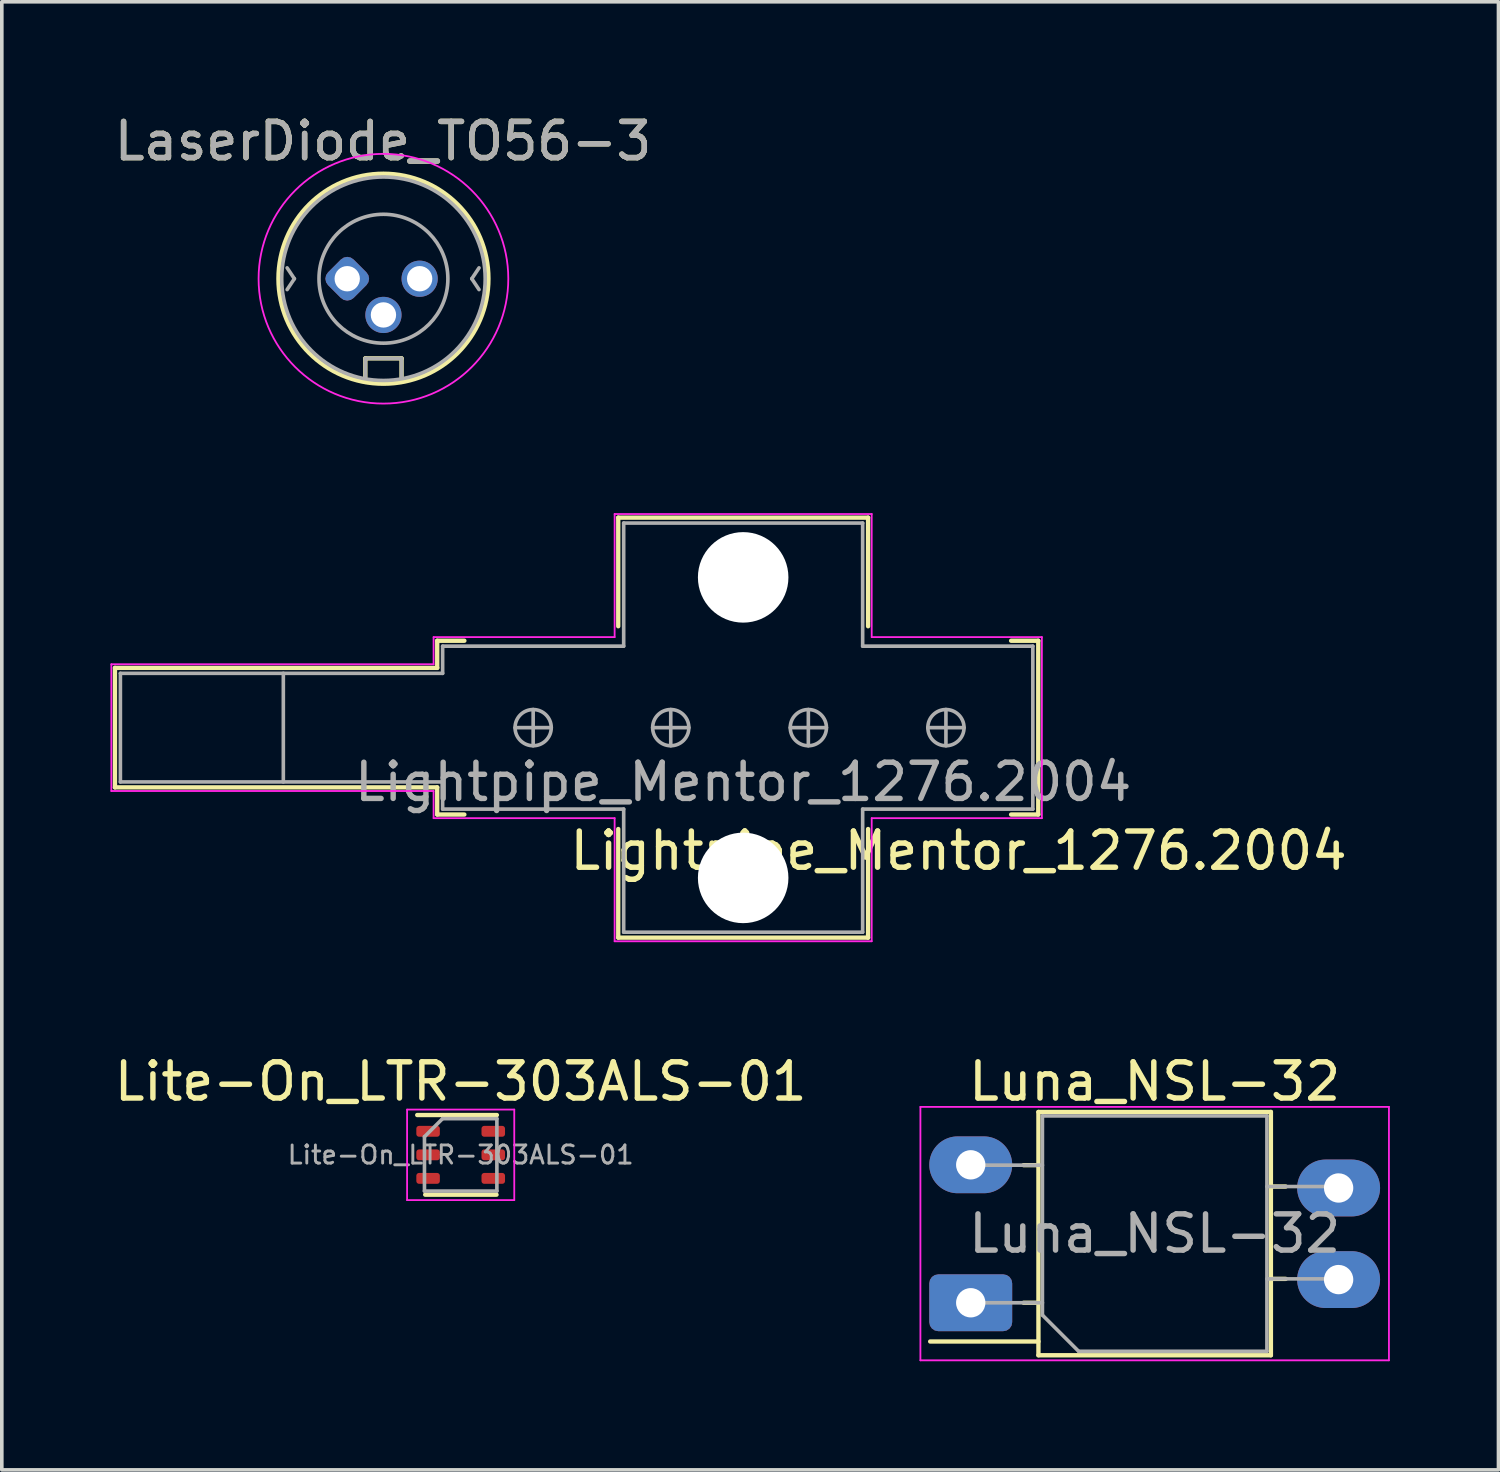
<source format=kicad_pcb>
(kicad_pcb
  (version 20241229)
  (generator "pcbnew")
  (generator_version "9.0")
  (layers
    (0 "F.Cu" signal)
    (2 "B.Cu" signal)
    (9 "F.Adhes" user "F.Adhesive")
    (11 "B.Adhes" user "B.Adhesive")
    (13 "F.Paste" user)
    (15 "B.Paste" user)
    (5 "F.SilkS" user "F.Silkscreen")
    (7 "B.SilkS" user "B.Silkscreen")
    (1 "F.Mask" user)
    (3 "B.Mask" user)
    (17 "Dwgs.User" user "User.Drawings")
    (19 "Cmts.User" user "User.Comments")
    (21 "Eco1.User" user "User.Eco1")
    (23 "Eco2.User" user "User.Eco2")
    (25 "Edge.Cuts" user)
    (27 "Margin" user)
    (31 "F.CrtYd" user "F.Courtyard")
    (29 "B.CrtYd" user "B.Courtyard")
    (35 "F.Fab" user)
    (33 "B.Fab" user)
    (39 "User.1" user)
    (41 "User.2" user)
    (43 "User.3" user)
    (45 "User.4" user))
  (footprint "Lightpipe_Mentor_1276.2004"
    (layer "F.Cu")
    (at 17.475 17.046)
    (property "Reference" "Lightpipe_Mentor_1276.2004" (at 5.95 3.4 0) (layer "F.SilkS") (effects (font (size 1 1) (thickness 0.15))))
    (attr through_hole)
    (fp_line (start -17.35 -1.65) (end -17.35 1.65) (stroke (width 0.12) (type solid)) (layer "F.SilkS"))
    (fp_line (start -17.35 1.65) (end -8.45 1.65) (stroke (width 0.12) (type solid)) (layer "F.SilkS"))
    (fp_line (start -8.45 -2.4) (end -8.45 -1.65) (stroke (width 0.12) (type solid)) (layer "F.SilkS"))
    (fp_line (start -8.45 -2.4) (end -7.7 -2.4) (stroke (width 0.12) (type solid)) (layer "F.SilkS"))
    (fp_line (start -8.45 -1.65) (end -17.35 -1.65) (stroke (width 0.12) (type solid)) (layer "F.SilkS"))
    (fp_line (start -8.45 1.65) (end -8.45 2.4) (stroke (width 0.12) (type solid)) (layer "F.SilkS"))
    (fp_line (start -8.45 2.4) (end -7.7 2.4) (stroke (width 0.12) (type solid)) (layer "F.SilkS"))
    (fp_line (start -3.45 -5.8) (end 3.45 -5.8) (stroke (width 0.12) (type solid)) (layer "F.SilkS"))
    (fp_line (start -3.45 -2.8) (end -3.45 -5.8) (stroke (width 0.12) (type solid)) (layer "F.SilkS"))
    (fp_line (start -3.45 5.8) (end -3.45 2.8) (stroke (width 0.12) (type solid)) (layer "F.SilkS"))
    (fp_line (start 3.45 -5.8) (end 3.45 -2.8) (stroke (width 0.12) (type solid)) (layer "F.SilkS"))
    (fp_line (start 3.45 2.8) (end 3.45 5.8) (stroke (width 0.12) (type solid)) (layer "F.SilkS"))
    (fp_line (start 3.45 5.8) (end -3.45 5.8) (stroke (width 0.12) (type solid)) (layer "F.SilkS"))
    (fp_line (start 8.15 -2.4) (end 7.4 -2.4) (stroke (width 0.12) (type solid)) (layer "F.SilkS"))
    (fp_line (start 8.15 -2.4) (end 8.15 2.4) (stroke (width 0.12) (type solid)) (layer "F.SilkS"))
    (fp_line (start 8.15 2.4) (end 7.4 2.4) (stroke (width 0.12) (type solid)) (layer "F.SilkS"))
    (fp_line (start -17.45 -1.75) (end -8.55 -1.75) (stroke (width 0.05) (type solid)) (layer "F.CrtYd"))
    (fp_line (start -17.45 1.75) (end -17.45 -1.75) (stroke (width 0.05) (type solid)) (layer "F.CrtYd"))
    (fp_line (start -8.55 -1.75) (end -8.55 -2.5) (stroke (width 0.05) (type solid)) (layer "F.CrtYd"))
    (fp_line (start -8.55 1.75) (end -17.45 1.75) (stroke (width 0.05) (type solid)) (layer "F.CrtYd"))
    (fp_line (start -8.55 2.5) (end -8.55 1.75) (stroke (width 0.05) (type solid)) (layer "F.CrtYd"))
    (fp_line (start -8.55 2.5) (end -3.55 2.5) (stroke (width 0.05) (type solid)) (layer "F.CrtYd"))
    (fp_line (start -3.55 -5.9) (end -3.55 -2.5) (stroke (width 0.05) (type solid)) (layer "F.CrtYd"))
    (fp_line (start -3.55 -2.5) (end -8.55 -2.5) (stroke (width 0.05) (type solid)) (layer "F.CrtYd"))
    (fp_line (start -3.55 2.5) (end -3.55 5.9) (stroke (width 0.05) (type solid)) (layer "F.CrtYd"))
    (fp_line (start -3.55 5.9) (end 3.55 5.9) (stroke (width 0.05) (type solid)) (layer "F.CrtYd"))
    (fp_line (start 3.55 -5.9) (end -3.55 -5.9) (stroke (width 0.05) (type solid)) (layer "F.CrtYd"))
    (fp_line (start 3.55 -2.5) (end 3.55 -5.9) (stroke (width 0.05) (type solid)) (layer "F.CrtYd"))
    (fp_line (start 3.55 2.5) (end 8.25 2.5) (stroke (width 0.05) (type solid)) (layer "F.CrtYd"))
    (fp_line (start 3.55 5.9) (end 3.55 2.5) (stroke (width 0.05) (type solid)) (layer "F.CrtYd"))
    (fp_line (start 8.25 -2.5) (end 3.55 -2.5) (stroke (width 0.05) (type solid)) (layer "F.CrtYd"))
    (fp_line (start 8.25 2.5) (end 8.25 -2.5) (stroke (width 0.05) (type solid)) (layer "F.CrtYd"))
    (fp_line (start -17.2 -1.5) (end -17.2 1.5) (stroke (width 0.1) (type solid)) (layer "F.Fab"))
    (fp_line (start -17.2 -1.5) (end -8.3 -1.5) (stroke (width 0.1) (type solid)) (layer "F.Fab"))
    (fp_line (start -17.2 1.5) (end -8.3 1.5) (stroke (width 0.1) (type solid)) (layer "F.Fab"))
    (fp_line (start -12.7 1.5) (end -12.7 -1.5) (stroke (width 0.1) (type solid)) (layer "F.Fab"))
    (fp_line (start -8.3 -2.25) (end -3.3 -2.25) (stroke (width 0.1) (type solid)) (layer "F.Fab"))
    (fp_line (start -8.3 -1.5) (end -8.3 -2.25) (stroke (width 0.1) (type solid)) (layer "F.Fab"))
    (fp_line (start -8.3 1.5) (end -8.3 2.25) (stroke (width 0.1) (type solid)) (layer "F.Fab"))
    (fp_line (start -8.3 2.25) (end -3.3 2.25) (stroke (width 0.1) (type solid)) (layer "F.Fab"))
    (fp_line (start -6.3 0) (end -5.3 0) (stroke (width 0.1) (type solid)) (layer "F.Fab"))
    (fp_line (start -5.8 -0.5) (end -5.8 0.5) (stroke (width 0.1) (type solid)) (layer "F.Fab"))
    (fp_line (start -3.3 -5.65) (end 3.3 -5.65) (stroke (width 0.1) (type solid)) (layer "F.Fab"))
    (fp_line (start -3.3 -2.25) (end -3.3 -5.65) (stroke (width 0.1) (type solid)) (layer "F.Fab"))
    (fp_line (start -3.3 5.65) (end -3.3 2.25) (stroke (width 0.1) (type solid)) (layer "F.Fab"))
    (fp_line (start -2.5 0) (end -1.5 0) (stroke (width 0.1) (type solid)) (layer "F.Fab"))
    (fp_line (start -2 -0.5) (end -2 0.5) (stroke (width 0.1) (type solid)) (layer "F.Fab"))
    (fp_line (start 1.3 0) (end 2.3 0) (stroke (width 0.1) (type solid)) (layer "F.Fab"))
    (fp_line (start 1.8 -0.5) (end 1.8 0.5) (stroke (width 0.1) (type solid)) (layer "F.Fab"))
    (fp_line (start 3.3 -5.65) (end 3.3 -2.25) (stroke (width 0.1) (type solid)) (layer "F.Fab"))
    (fp_line (start 3.3 -2.25) (end 8 -2.25) (stroke (width 0.1) (type solid)) (layer "F.Fab"))
    (fp_line (start 3.3 2.25) (end 3.3 5.65) (stroke (width 0.1) (type solid)) (layer "F.Fab"))
    (fp_line (start 3.3 5.65) (end -3.3 5.65) (stroke (width 0.1) (type solid)) (layer "F.Fab"))
    (fp_line (start 5.1 0) (end 6.1 0) (stroke (width 0.1) (type solid)) (layer "F.Fab"))
    (fp_line (start 5.6 -0.5) (end 5.6 0.5) (stroke (width 0.1) (type solid)) (layer "F.Fab"))
    (fp_line (start 8 -2.25) (end 8 2.25) (stroke (width 0.1) (type solid)) (layer "F.Fab"))
    (fp_line (start 8 2.25) (end 3.3 2.25) (stroke (width 0.1) (type solid)) (layer "F.Fab"))
    (fp_circle (center -5.8 0) (end -5.8 0.5) (stroke (width 0.1) (type solid)) (fill no) (layer "F.Fab"))
    (fp_circle (center -2 0) (end -2 0.5) (stroke (width 0.1) (type solid)) (fill no) (layer "F.Fab"))
    (fp_circle (center 1.8 0) (end 1.8 0.5) (stroke (width 0.1) (type solid)) (fill no) (layer "F.Fab"))
    (fp_circle (center 5.6 0) (end 5.6 0.5) (stroke (width 0.1) (type solid)) (fill no) (layer "F.Fab"))
    (fp_text user "${REFERENCE}" (at 0 1.5 0) (layer "F.Fab") (effects (font (size 1 1) (thickness 0.15))))
    (pad "" np_thru_hole circle (at 0 -4.15) (size 2.5 2.5) (drill 2.5) (layers "*.Cu" "*.Mask"))
    (pad "" np_thru_hole circle (at 0 4.15) (size 2.5 2.5) (drill 2.5) (layers "*.Cu" "*.Mask")))
  (footprint "LaserDiode_TO56-3"
    (layer "F.Cu")
    (at 6.54 4.648)
    (property "Reference" "LaserDiode_TO56-3" (at 0.99 -3.8 0) (layer "F.SilkS") (effects (font (size 1 1) (thickness 0.15))))
    (attr through_hole)
    (fp_line (start 0.5 2.2) (end 1.5 2.2) (stroke (width 0.12) (type solid)) (layer "F.SilkS"))
    (fp_line (start 0.5 2.85) (end 0.5 2.2) (stroke (width 0.12) (type solid)) (layer "F.SilkS"))
    (fp_line (start 1.5 2.2) (end 1.5 2.85) (stroke (width 0.12) (type solid)) (layer "F.SilkS"))
    (fp_circle (center 1 0) (end 3.9 0) (stroke (width 0.12) (type solid)) (fill no) (layer "F.SilkS"))
    (fp_circle (center 1 0) (end 4.3 1) (stroke (width 0.05) (type solid)) (fill no) (layer "F.CrtYd"))
    (fp_line (start -1.66 -0.3) (end -1.46 0) (stroke (width 0.1) (type solid)) (layer "F.Fab"))
    (fp_line (start -1.46 0) (end -1.66 0.3) (stroke (width 0.1) (type solid)) (layer "F.Fab"))
    (fp_line (start 0.5 2.2) (end 1.5 2.2) (stroke (width 0.1) (type solid)) (layer "F.Fab"))
    (fp_line (start 0.5 2.7) (end 0.5 2.2) (stroke (width 0.1) (type solid)) (layer "F.Fab"))
    (fp_line (start 1.5 2.2) (end 1.5 2.7) (stroke (width 0.1) (type solid)) (layer "F.Fab"))
    (fp_line (start 3.44 0) (end 3.64 0.3) (stroke (width 0.1) (type solid)) (layer "F.Fab"))
    (fp_line (start 3.64 -0.3) (end 3.44 0) (stroke (width 0.1) (type solid)) (layer "F.Fab"))
    (fp_circle (center 1 0) (end 2.78 0) (stroke (width 0.1) (type solid)) (fill no) (layer "F.Fab"))
    (fp_circle (center 1 0) (end 3.81 0) (stroke (width 0.1) (type solid)) (fill no) (layer "F.Fab"))
    (fp_text user "${REFERENCE}" (at 0.99 -3.8 0) (layer "F.Fab") (effects (font (size 1 1) (thickness 0.15))))
    (pad "1" thru_hole roundrect (at 0 0 45) (size 1 1) (drill 0.7) (layers "*.Cu" "*.Mask") (roundrect_rratio 0.25))
    (pad "2" thru_hole circle (at 1 1) (size 1 1) (drill 0.7) (layers "*.Cu" "*.Mask"))
    (pad "3" thru_hole circle (at 2 0) (size 1 1) (drill 0.7) (layers "*.Cu" "*.Mask")))
  (footprint "Luna_NSL-32"
    (layer "F.Cu")
    (at 23.76 32.93)
    (property "Reference" "Luna_NSL-32" (at 5.08 -6.11 180) (layer "F.SilkS") (effects (font (size 1 1) (thickness 0.15))))
    (attr through_hole)
    (fp_line (start -1.12 1.07) (end 1.87 1.07) (stroke (width 0.12) (type solid)) (layer "F.SilkS"))
    (fp_line (start 1.46 -3.8) (end 1.87 -3.8) (stroke (width 0.12) (type solid)) (layer "F.SilkS"))
    (fp_line (start 1.46 0) (end 1.87 0) (stroke (width 0.12) (type solid)) (layer "F.SilkS"))
    (fp_line (start 1.87 -5.27) (end 8.29 -5.27) (stroke (width 0.12) (type solid)) (layer "F.SilkS"))
    (fp_line (start 1.87 1.45) (end 1.87 -5.27) (stroke (width 0.12) (type solid)) (layer "F.SilkS"))
    (fp_line (start 8.29 -5.27) (end 8.29 1.45) (stroke (width 0.12) (type solid)) (layer "F.SilkS"))
    (fp_line (start 8.29 -3.21) (end 8.7 -3.21) (stroke (width 0.12) (type solid)) (layer "F.SilkS"))
    (fp_line (start 8.29 -0.66) (end 8.7 -0.66) (stroke (width 0.12) (type solid)) (layer "F.SilkS"))
    (fp_line (start 8.29 1.45) (end 1.87 1.45) (stroke (width 0.12) (type solid)) (layer "F.SilkS"))
    (fp_line (start -1.39 -5.41) (end -1.39 1.59) (stroke (width 0.05) (type solid)) (layer "F.CrtYd"))
    (fp_line (start -1.39 -5.41) (end 11.55 -5.41) (stroke (width 0.05) (type solid)) (layer "F.CrtYd"))
    (fp_line (start 11.55 1.59) (end -1.39 1.59) (stroke (width 0.05) (type solid)) (layer "F.CrtYd"))
    (fp_line (start 11.55 1.59) (end 11.55 -5.41) (stroke (width 0.05) (type solid)) (layer "F.CrtYd"))
    (fp_line (start -0.02 0) (end 1.98 0) (stroke (width 0.1) (type solid)) (layer "F.Fab"))
    (fp_line (start 0.03 -3.8) (end 1.98 -3.8) (stroke (width 0.1) (type solid)) (layer "F.Fab"))
    (fp_line (start 1.98 -5.16) (end 8.18 -5.16) (stroke (width 0.1) (type solid)) (layer "F.Fab"))
    (fp_line (start 1.98 0.34) (end 1.98 -5.16) (stroke (width 0.1) (type solid)) (layer "F.Fab"))
    (fp_line (start 2.98 1.34) (end 1.98 0.34) (stroke (width 0.1) (type solid)) (layer "F.Fab"))
    (fp_line (start 8.18 -5.16) (end 8.18 1.34) (stroke (width 0.1) (type solid)) (layer "F.Fab"))
    (fp_line (start 8.18 -0.66) (end 10.18 -0.66) (stroke (width 0.1) (type solid)) (layer "F.Fab"))
    (fp_line (start 8.18 1.34) (end 2.98 1.34) (stroke (width 0.1) (type solid)) (layer "F.Fab"))
    (fp_line (start 10.18 -3.21) (end 8.18 -3.21) (stroke (width 0.1) (type solid)) (layer "F.Fab"))
    (fp_text user "${REFERENCE}" (at 5.08 -1.91 0) (layer "F.Fab") (effects (font (size 1 1) (thickness 0.15))))
    (pad "1" thru_hole roundrect (at 0 0) (size 2.29 1.57) (drill 0.81) (layers "*.Cu" "*.Mask") (roundrect_rratio 0.159))
    (pad "2" thru_hole oval (at 0 -3.81) (size 2.29 1.57) (drill 0.81) (layers "*.Cu" "*.Mask"))
    (pad "3" thru_hole oval (at 10.16 -3.17) (size 2.29 1.57) (drill 0.81) (layers "*.Cu" "*.Mask"))
    (pad "4" thru_hole oval (at 10.16 -0.64) (size 2.29 1.57) (drill 0.81) (layers "*.Cu" "*.Mask")))
  (footprint "Lite-On_LTR-303ALS-01"
    (layer "F.Cu")
    (at 9.673 28.845)
    (property "Reference" "Lite-On_LTR-303ALS-01" (at 0 -2.025 0) (layer "F.SilkS") (effects (font (size 1 1) (thickness 0.15))))
    (attr smd)
    (fp_line (start -1.2 -1.1) (end 1 -1.1) (stroke (width 0.12) (type solid)) (layer "F.SilkS"))
    (fp_line (start -0.98 1.1) (end 0.99 1.1) (stroke (width 0.12) (type solid)) (layer "F.SilkS"))
    (fp_line (start -1.48 -1.25) (end -1.48 1.25) (stroke (width 0.05) (type solid)) (layer "F.CrtYd"))
    (fp_line (start -1.48 1.25) (end 1.48 1.25) (stroke (width 0.05) (type solid)) (layer "F.CrtYd"))
    (fp_line (start 1.48 -1.25) (end -1.48 -1.25) (stroke (width 0.05) (type solid)) (layer "F.CrtYd"))
    (fp_line (start 1.48 1.25) (end 1.48 -1.25) (stroke (width 0.05) (type solid)) (layer "F.CrtYd"))
    (fp_line (start -1 -0.5) (end -0.5 -1) (stroke (width 0.1) (type solid)) (layer "F.Fab"))
    (fp_line (start -1 1) (end -1 -0.5) (stroke (width 0.1) (type solid)) (layer "F.Fab"))
    (fp_line (start -0.5 -1) (end 1 -1) (stroke (width 0.1) (type solid)) (layer "F.Fab"))
    (fp_line (start 1 -1) (end 1 1) (stroke (width 0.1) (type solid)) (layer "F.Fab"))
    (fp_line (start 1 1) (end -1 1) (stroke (width 0.1) (type solid)) (layer "F.Fab"))
    (fp_text user "${REFERENCE}" (at 0 0 0) (layer "F.Fab") (effects (font (size 0.5 0.5) (thickness 0.08))))
    (pad "1" smd roundrect (at -0.9 -0.65) (size 0.65 0.3) (layers "F.Cu" "F.Mask" "F.Paste") (roundrect_rratio 0.25))
    (pad "2" smd roundrect (at -0.9 0) (size 0.65 0.3) (layers "F.Cu" "F.Mask" "F.Paste") (roundrect_rratio 0.25))
    (pad "3" smd roundrect (at -0.9 0.65) (size 0.65 0.3) (layers "F.Cu" "F.Mask" "F.Paste") (roundrect_rratio 0.25))
    (pad "4" smd roundrect (at 0.9 0.65) (size 0.65 0.3) (layers "F.Cu" "F.Mask" "F.Paste") (roundrect_rratio 0.25))
    (pad "5" smd roundrect (at 0.9 0) (size 0.65 0.3) (layers "F.Cu" "F.Mask" "F.Paste") (roundrect_rratio 0.25))
    (pad "6" smd roundrect (at 0.9 -0.65) (size 0.65 0.3) (layers "F.Cu" "F.Mask" "F.Paste") (roundrect_rratio 0.25)))
  (gr_rect
    (start -3 -3)
    (end 38.335 37.545)
    (stroke (width 0.1) (type default))
    (fill no)
    (layer "Edge.Cuts")))
</source>
